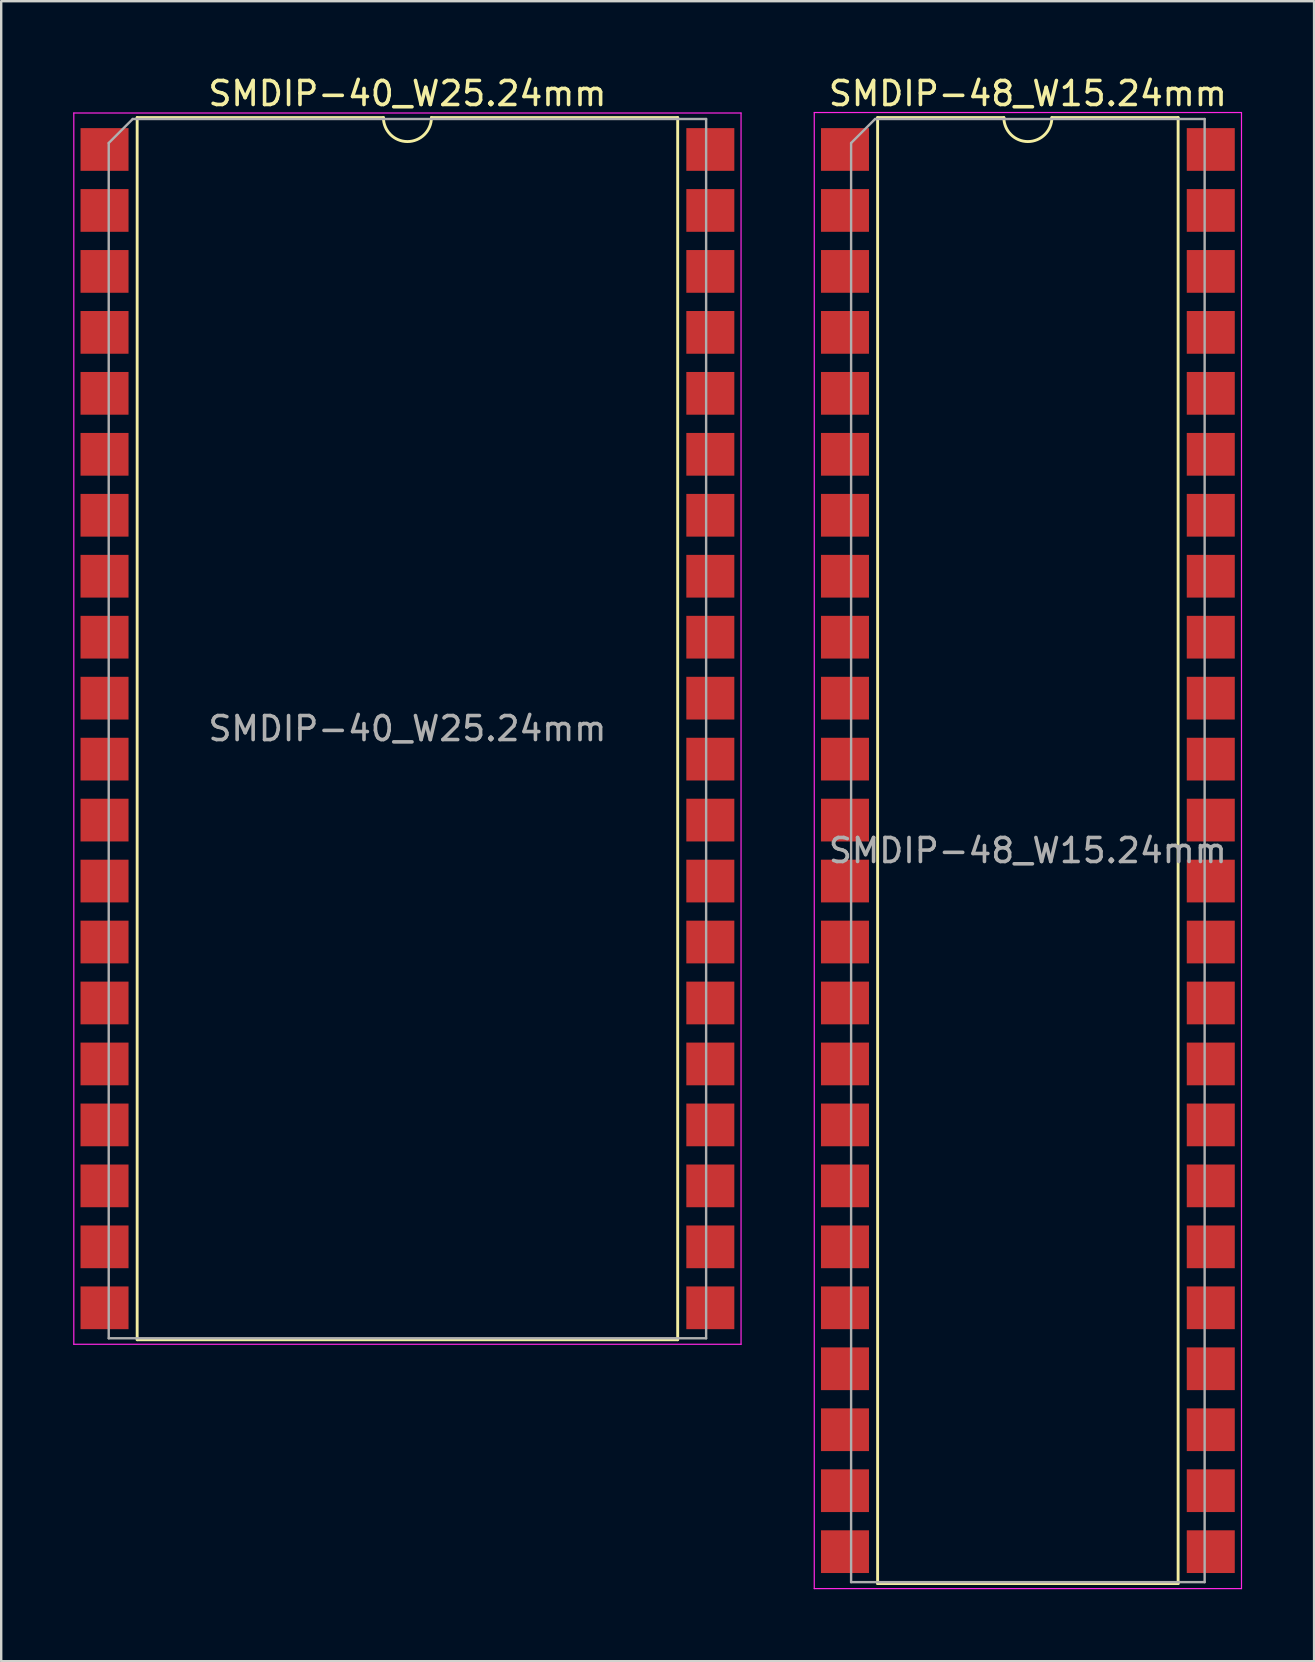
<source format=kicad_pcb>
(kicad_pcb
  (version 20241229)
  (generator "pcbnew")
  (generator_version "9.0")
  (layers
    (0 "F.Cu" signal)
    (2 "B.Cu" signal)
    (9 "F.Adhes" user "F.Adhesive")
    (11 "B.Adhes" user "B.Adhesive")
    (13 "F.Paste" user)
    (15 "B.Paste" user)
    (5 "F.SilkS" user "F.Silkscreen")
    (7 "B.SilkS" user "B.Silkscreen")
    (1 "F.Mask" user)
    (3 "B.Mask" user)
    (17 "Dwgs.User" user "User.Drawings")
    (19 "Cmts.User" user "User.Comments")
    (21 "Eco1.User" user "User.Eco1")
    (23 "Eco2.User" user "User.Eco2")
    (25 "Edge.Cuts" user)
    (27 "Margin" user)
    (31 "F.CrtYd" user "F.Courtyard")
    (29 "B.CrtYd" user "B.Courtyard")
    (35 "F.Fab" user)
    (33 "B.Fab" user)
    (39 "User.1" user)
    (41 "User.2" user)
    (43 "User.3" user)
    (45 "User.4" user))
  (footprint "SMDIP-40_W25.24mm"
    (layer "F.Cu")
    (at 13.925 27.308)
    (property "Reference" "SMDIP-40_W25.24mm" (at 0 -26.46 0) (layer "F.SilkS") (effects (font (size 1 1) (thickness 0.15))))
    (attr smd)
    (fp_line (start -11.26 -25.46) (end -11.26 25.46) (stroke (width 0.12) (type solid)) (layer "F.SilkS"))
    (fp_line (start -11.26 25.46) (end 11.26 25.46) (stroke (width 0.12) (type solid)) (layer "F.SilkS"))
    (fp_line (start -1 -25.46) (end -11.26 -25.46) (stroke (width 0.12) (type solid)) (layer "F.SilkS"))
    (fp_line (start 11.26 -25.46) (end 1 -25.46) (stroke (width 0.12) (type solid)) (layer "F.SilkS"))
    (fp_line (start 11.26 25.46) (end 11.26 -25.46) (stroke (width 0.12) (type solid)) (layer "F.SilkS"))
    (fp_arc (start 1 -25.46) (mid 0 -24.46) (end -1 -25.46) (stroke (width 0.12) (type solid)) (layer "F.SilkS"))
    (fp_line (start -13.9 -25.65) (end -13.9 25.65) (stroke (width 0.05) (type solid)) (layer "F.CrtYd"))
    (fp_line (start -13.9 25.65) (end 13.9 25.65) (stroke (width 0.05) (type solid)) (layer "F.CrtYd"))
    (fp_line (start 13.9 -25.65) (end -13.9 -25.65) (stroke (width 0.05) (type solid)) (layer "F.CrtYd"))
    (fp_line (start 13.9 25.65) (end 13.9 -25.65) (stroke (width 0.05) (type solid)) (layer "F.CrtYd"))
    (fp_line (start -12.445 -24.4) (end -11.445 -25.4) (stroke (width 0.1) (type solid)) (layer "F.Fab"))
    (fp_line (start -12.445 25.4) (end -12.445 -24.4) (stroke (width 0.1) (type solid)) (layer "F.Fab"))
    (fp_line (start -11.445 -25.4) (end 12.445 -25.4) (stroke (width 0.1) (type solid)) (layer "F.Fab"))
    (fp_line (start 12.445 -25.4) (end 12.445 25.4) (stroke (width 0.1) (type solid)) (layer "F.Fab"))
    (fp_line (start 12.445 25.4) (end -12.445 25.4) (stroke (width 0.1) (type solid)) (layer "F.Fab"))
    (fp_text user "${REFERENCE}" (at 0 0 0) (layer "F.Fab") (effects (font (size 1 1) (thickness 0.15))))
    (pad "1" smd rect (at -12.62 -24.13) (size 2 1.78) (layers "F.Cu" "F.Mask" "F.Paste"))
    (pad "2" smd rect (at -12.62 -21.59) (size 2 1.78) (layers "F.Cu" "F.Mask" "F.Paste"))
    (pad "3" smd rect (at -12.62 -19.05) (size 2 1.78) (layers "F.Cu" "F.Mask" "F.Paste"))
    (pad "4" smd rect (at -12.62 -16.51) (size 2 1.78) (layers "F.Cu" "F.Mask" "F.Paste"))
    (pad "5" smd rect (at -12.62 -13.97) (size 2 1.78) (layers "F.Cu" "F.Mask" "F.Paste"))
    (pad "6" smd rect (at -12.62 -11.43) (size 2 1.78) (layers "F.Cu" "F.Mask" "F.Paste"))
    (pad "7" smd rect (at -12.62 -8.89) (size 2 1.78) (layers "F.Cu" "F.Mask" "F.Paste"))
    (pad "8" smd rect (at -12.62 -6.35) (size 2 1.78) (layers "F.Cu" "F.Mask" "F.Paste"))
    (pad "9" smd rect (at -12.62 -3.81) (size 2 1.78) (layers "F.Cu" "F.Mask" "F.Paste"))
    (pad "10" smd rect (at -12.62 -1.27) (size 2 1.78) (layers "F.Cu" "F.Mask" "F.Paste"))
    (pad "11" smd rect (at -12.62 1.27) (size 2 1.78) (layers "F.Cu" "F.Mask" "F.Paste"))
    (pad "12" smd rect (at -12.62 3.81) (size 2 1.78) (layers "F.Cu" "F.Mask" "F.Paste"))
    (pad "13" smd rect (at -12.62 6.35) (size 2 1.78) (layers "F.Cu" "F.Mask" "F.Paste"))
    (pad "14" smd rect (at -12.62 8.89) (size 2 1.78) (layers "F.Cu" "F.Mask" "F.Paste"))
    (pad "15" smd rect (at -12.62 11.43) (size 2 1.78) (layers "F.Cu" "F.Mask" "F.Paste"))
    (pad "16" smd rect (at -12.62 13.97) (size 2 1.78) (layers "F.Cu" "F.Mask" "F.Paste"))
    (pad "17" smd rect (at -12.62 16.51) (size 2 1.78) (layers "F.Cu" "F.Mask" "F.Paste"))
    (pad "18" smd rect (at -12.62 19.05) (size 2 1.78) (layers "F.Cu" "F.Mask" "F.Paste"))
    (pad "19" smd rect (at -12.62 21.59) (size 2 1.78) (layers "F.Cu" "F.Mask" "F.Paste"))
    (pad "20" smd rect (at -12.62 24.13) (size 2 1.78) (layers "F.Cu" "F.Mask" "F.Paste"))
    (pad "21" smd rect (at 12.62 24.13) (size 2 1.78) (layers "F.Cu" "F.Mask" "F.Paste"))
    (pad "22" smd rect (at 12.62 21.59) (size 2 1.78) (layers "F.Cu" "F.Mask" "F.Paste"))
    (pad "23" smd rect (at 12.62 19.05) (size 2 1.78) (layers "F.Cu" "F.Mask" "F.Paste"))
    (pad "24" smd rect (at 12.62 16.51) (size 2 1.78) (layers "F.Cu" "F.Mask" "F.Paste"))
    (pad "25" smd rect (at 12.62 13.97) (size 2 1.78) (layers "F.Cu" "F.Mask" "F.Paste"))
    (pad "26" smd rect (at 12.62 11.43) (size 2 1.78) (layers "F.Cu" "F.Mask" "F.Paste"))
    (pad "27" smd rect (at 12.62 8.89) (size 2 1.78) (layers "F.Cu" "F.Mask" "F.Paste"))
    (pad "28" smd rect (at 12.62 6.35) (size 2 1.78) (layers "F.Cu" "F.Mask" "F.Paste"))
    (pad "29" smd rect (at 12.62 3.81) (size 2 1.78) (layers "F.Cu" "F.Mask" "F.Paste"))
    (pad "30" smd rect (at 12.62 1.27) (size 2 1.78) (layers "F.Cu" "F.Mask" "F.Paste"))
    (pad "31" smd rect (at 12.62 -1.27) (size 2 1.78) (layers "F.Cu" "F.Mask" "F.Paste"))
    (pad "32" smd rect (at 12.62 -3.81) (size 2 1.78) (layers "F.Cu" "F.Mask" "F.Paste"))
    (pad "33" smd rect (at 12.62 -6.35) (size 2 1.78) (layers "F.Cu" "F.Mask" "F.Paste"))
    (pad "34" smd rect (at 12.62 -8.89) (size 2 1.78) (layers "F.Cu" "F.Mask" "F.Paste"))
    (pad "35" smd rect (at 12.62 -11.43) (size 2 1.78) (layers "F.Cu" "F.Mask" "F.Paste"))
    (pad "36" smd rect (at 12.62 -13.97) (size 2 1.78) (layers "F.Cu" "F.Mask" "F.Paste"))
    (pad "37" smd rect (at 12.62 -16.51) (size 2 1.78) (layers "F.Cu" "F.Mask" "F.Paste"))
    (pad "38" smd rect (at 12.62 -19.05) (size 2 1.78) (layers "F.Cu" "F.Mask" "F.Paste"))
    (pad "39" smd rect (at 12.62 -21.59) (size 2 1.78) (layers "F.Cu" "F.Mask" "F.Paste"))
    (pad "40" smd rect (at 12.62 -24.13) (size 2 1.78) (layers "F.Cu" "F.Mask" "F.Paste")))
  (footprint "SMDIP-48_W15.24mm"
    (layer "F.Cu")
    (at 39.775 32.388)
    (property "Reference" "SMDIP-48_W15.24mm" (at 0 -31.54 0) (layer "F.SilkS") (effects (font (size 1 1) (thickness 0.15))))
    (attr smd)
    (fp_line (start -6.26 -30.54) (end -6.26 30.54) (stroke (width 0.12) (type solid)) (layer "F.SilkS"))
    (fp_line (start -6.26 30.54) (end 6.26 30.54) (stroke (width 0.12) (type solid)) (layer "F.SilkS"))
    (fp_line (start -1 -30.54) (end -6.26 -30.54) (stroke (width 0.12) (type solid)) (layer "F.SilkS"))
    (fp_line (start 6.26 -30.54) (end 1 -30.54) (stroke (width 0.12) (type solid)) (layer "F.SilkS"))
    (fp_line (start 6.26 30.54) (end 6.26 -30.54) (stroke (width 0.12) (type solid)) (layer "F.SilkS"))
    (fp_arc (start 1 -30.54) (mid 0 -29.54) (end -1 -30.54) (stroke (width 0.12) (type solid)) (layer "F.SilkS"))
    (fp_line (start -8.9 -30.75) (end -8.9 30.75) (stroke (width 0.05) (type solid)) (layer "F.CrtYd"))
    (fp_line (start -8.9 30.75) (end 8.9 30.75) (stroke (width 0.05) (type solid)) (layer "F.CrtYd"))
    (fp_line (start 8.9 -30.75) (end -8.9 -30.75) (stroke (width 0.05) (type solid)) (layer "F.CrtYd"))
    (fp_line (start 8.9 30.75) (end 8.9 -30.75) (stroke (width 0.05) (type solid)) (layer "F.CrtYd"))
    (fp_line (start -7.365 -29.48) (end -6.365 -30.48) (stroke (width 0.1) (type solid)) (layer "F.Fab"))
    (fp_line (start -7.365 30.48) (end -7.365 -29.48) (stroke (width 0.1) (type solid)) (layer "F.Fab"))
    (fp_line (start -6.365 -30.48) (end 7.365 -30.48) (stroke (width 0.1) (type solid)) (layer "F.Fab"))
    (fp_line (start 7.365 -30.48) (end 7.365 30.48) (stroke (width 0.1) (type solid)) (layer "F.Fab"))
    (fp_line (start 7.365 30.48) (end -7.365 30.48) (stroke (width 0.1) (type solid)) (layer "F.Fab"))
    (fp_text user "${REFERENCE}" (at 0 0 0) (layer "F.Fab") (effects (font (size 1 1) (thickness 0.15))))
    (pad "1" smd rect (at -7.62 -29.21) (size 2 1.78) (layers "F.Cu" "F.Mask" "F.Paste"))
    (pad "2" smd rect (at -7.62 -26.67) (size 2 1.78) (layers "F.Cu" "F.Mask" "F.Paste"))
    (pad "3" smd rect (at -7.62 -24.13) (size 2 1.78) (layers "F.Cu" "F.Mask" "F.Paste"))
    (pad "4" smd rect (at -7.62 -21.59) (size 2 1.78) (layers "F.Cu" "F.Mask" "F.Paste"))
    (pad "5" smd rect (at -7.62 -19.05) (size 2 1.78) (layers "F.Cu" "F.Mask" "F.Paste"))
    (pad "6" smd rect (at -7.62 -16.51) (size 2 1.78) (layers "F.Cu" "F.Mask" "F.Paste"))
    (pad "7" smd rect (at -7.62 -13.97) (size 2 1.78) (layers "F.Cu" "F.Mask" "F.Paste"))
    (pad "8" smd rect (at -7.62 -11.43) (size 2 1.78) (layers "F.Cu" "F.Mask" "F.Paste"))
    (pad "9" smd rect (at -7.62 -8.89) (size 2 1.78) (layers "F.Cu" "F.Mask" "F.Paste"))
    (pad "10" smd rect (at -7.62 -6.35) (size 2 1.78) (layers "F.Cu" "F.Mask" "F.Paste"))
    (pad "11" smd rect (at -7.62 -3.81) (size 2 1.78) (layers "F.Cu" "F.Mask" "F.Paste"))
    (pad "12" smd rect (at -7.62 -1.27) (size 2 1.78) (layers "F.Cu" "F.Mask" "F.Paste"))
    (pad "13" smd rect (at -7.62 1.27) (size 2 1.78) (layers "F.Cu" "F.Mask" "F.Paste"))
    (pad "14" smd rect (at -7.62 3.81) (size 2 1.78) (layers "F.Cu" "F.Mask" "F.Paste"))
    (pad "15" smd rect (at -7.62 6.35) (size 2 1.78) (layers "F.Cu" "F.Mask" "F.Paste"))
    (pad "16" smd rect (at -7.62 8.89) (size 2 1.78) (layers "F.Cu" "F.Mask" "F.Paste"))
    (pad "17" smd rect (at -7.62 11.43) (size 2 1.78) (layers "F.Cu" "F.Mask" "F.Paste"))
    (pad "18" smd rect (at -7.62 13.97) (size 2 1.78) (layers "F.Cu" "F.Mask" "F.Paste"))
    (pad "19" smd rect (at -7.62 16.51) (size 2 1.78) (layers "F.Cu" "F.Mask" "F.Paste"))
    (pad "20" smd rect (at -7.62 19.05) (size 2 1.78) (layers "F.Cu" "F.Mask" "F.Paste"))
    (pad "21" smd rect (at -7.62 21.59) (size 2 1.78) (layers "F.Cu" "F.Mask" "F.Paste"))
    (pad "22" smd rect (at -7.62 24.13) (size 2 1.78) (layers "F.Cu" "F.Mask" "F.Paste"))
    (pad "23" smd rect (at -7.62 26.67) (size 2 1.78) (layers "F.Cu" "F.Mask" "F.Paste"))
    (pad "24" smd rect (at -7.62 29.21) (size 2 1.78) (layers "F.Cu" "F.Mask" "F.Paste"))
    (pad "25" smd rect (at 7.62 29.21) (size 2 1.78) (layers "F.Cu" "F.Mask" "F.Paste"))
    (pad "26" smd rect (at 7.62 26.67) (size 2 1.78) (layers "F.Cu" "F.Mask" "F.Paste"))
    (pad "27" smd rect (at 7.62 24.13) (size 2 1.78) (layers "F.Cu" "F.Mask" "F.Paste"))
    (pad "28" smd rect (at 7.62 21.59) (size 2 1.78) (layers "F.Cu" "F.Mask" "F.Paste"))
    (pad "29" smd rect (at 7.62 19.05) (size 2 1.78) (layers "F.Cu" "F.Mask" "F.Paste"))
    (pad "30" smd rect (at 7.62 16.51) (size 2 1.78) (layers "F.Cu" "F.Mask" "F.Paste"))
    (pad "31" smd rect (at 7.62 13.97) (size 2 1.78) (layers "F.Cu" "F.Mask" "F.Paste"))
    (pad "32" smd rect (at 7.62 11.43) (size 2 1.78) (layers "F.Cu" "F.Mask" "F.Paste"))
    (pad "33" smd rect (at 7.62 8.89) (size 2 1.78) (layers "F.Cu" "F.Mask" "F.Paste"))
    (pad "34" smd rect (at 7.62 6.35) (size 2 1.78) (layers "F.Cu" "F.Mask" "F.Paste"))
    (pad "35" smd rect (at 7.62 3.81) (size 2 1.78) (layers "F.Cu" "F.Mask" "F.Paste"))
    (pad "36" smd rect (at 7.62 1.27) (size 2 1.78) (layers "F.Cu" "F.Mask" "F.Paste"))
    (pad "37" smd rect (at 7.62 -1.27) (size 2 1.78) (layers "F.Cu" "F.Mask" "F.Paste"))
    (pad "38" smd rect (at 7.62 -3.81) (size 2 1.78) (layers "F.Cu" "F.Mask" "F.Paste"))
    (pad "39" smd rect (at 7.62 -6.35) (size 2 1.78) (layers "F.Cu" "F.Mask" "F.Paste"))
    (pad "40" smd rect (at 7.62 -8.89) (size 2 1.78) (layers "F.Cu" "F.Mask" "F.Paste"))
    (pad "41" smd rect (at 7.62 -11.43) (size 2 1.78) (layers "F.Cu" "F.Mask" "F.Paste"))
    (pad "42" smd rect (at 7.62 -13.97) (size 2 1.78) (layers "F.Cu" "F.Mask" "F.Paste"))
    (pad "43" smd rect (at 7.62 -16.51) (size 2 1.78) (layers "F.Cu" "F.Mask" "F.Paste"))
    (pad "44" smd rect (at 7.62 -19.05) (size 2 1.78) (layers "F.Cu" "F.Mask" "F.Paste"))
    (pad "45" smd rect (at 7.62 -21.59) (size 2 1.78) (layers "F.Cu" "F.Mask" "F.Paste"))
    (pad "46" smd rect (at 7.62 -24.13) (size 2 1.78) (layers "F.Cu" "F.Mask" "F.Paste"))
    (pad "47" smd rect (at 7.62 -26.67) (size 2 1.78) (layers "F.Cu" "F.Mask" "F.Paste"))
    (pad "48" smd rect (at 7.62 -29.21) (size 2 1.78) (layers "F.Cu" "F.Mask" "F.Paste")))
  (gr_rect
    (start -3 -3)
    (end 51.7 66.163)
    (stroke (width 0.1) (type default))
    (fill no)
    (layer "Edge.Cuts")))
</source>
